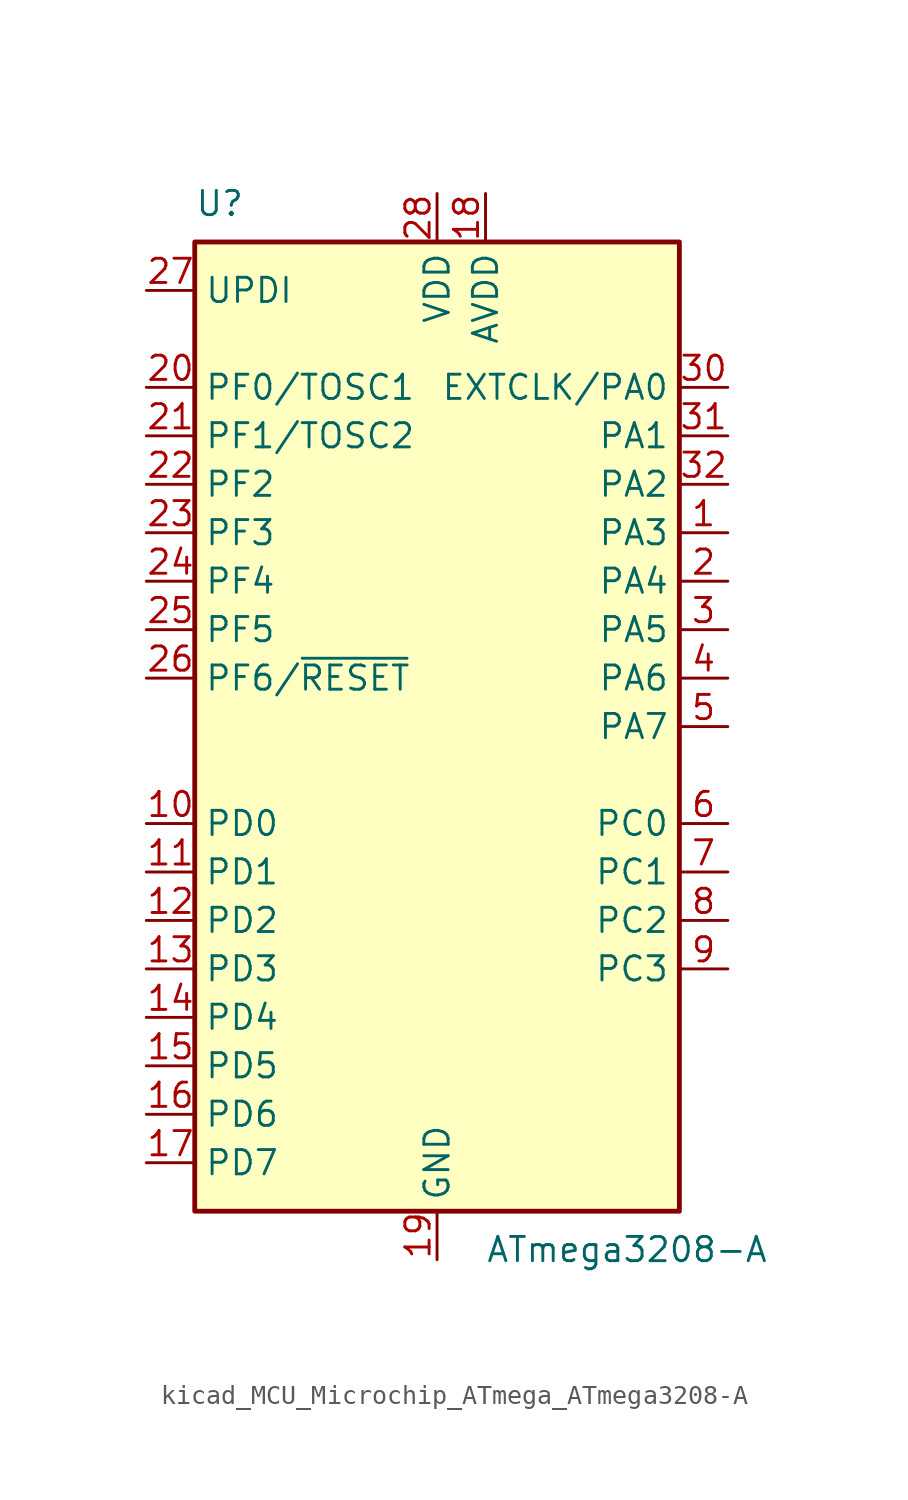
<source format=kicad_sym>
(kicad_symbol_lib
  (version 20220914)
  (generator kicad_symbol_editor)
  (symbol "kicad_MCU_Microchip_ATmega_ATmega3208-A"
    (property "Reference" "U"
      (at -12.7 26.67 0)
      (effects (font (size 1.27 1.27)) (justify left bottom)))
    (property "Value" "ATmega3208-A"
      (at 2.54 -26.67 0)
      (effects (font (size 1.27 1.27)) (justify left top)))
    (symbol "kicad_MCU_Microchip_ATmega_ATmega3208-A_0_1"
      (rectangle (start -12.7 -25.4) (end 12.7 25.4) (stroke (width 0.254) (type default)) (fill (type background))))
    (symbol "kicad_MCU_Microchip_ATmega_ATmega3208-A_1_1"
      (pin bidirectional line (at 15.24 10.16 180) (length 2.54) (name "PA3" (effects (font (size 1.27 1.27)))) (number "1" (effects (font (size 1.27 1.27)))))
      (pin bidirectional line (at -15.24 -5.08 0) (length 2.54) (name "PD0" (effects (font (size 1.27 1.27)))) (number "10" (effects (font (size 1.27 1.27)))))
      (pin bidirectional line (at -15.24 -7.62 0) (length 2.54) (name "PD1" (effects (font (size 1.27 1.27)))) (number "11" (effects (font (size 1.27 1.27)))))
      (pin bidirectional line (at -15.24 -10.16 0) (length 2.54) (name "PD2" (effects (font (size 1.27 1.27)))) (number "12" (effects (font (size 1.27 1.27)))))
      (pin bidirectional line (at -15.24 -12.7 0) (length 2.54) (name "PD3" (effects (font (size 1.27 1.27)))) (number "13" (effects (font (size 1.27 1.27)))))
      (pin bidirectional line (at -15.24 -15.24 0) (length 2.54) (name "PD4" (effects (font (size 1.27 1.27)))) (number "14" (effects (font (size 1.27 1.27)))))
      (pin bidirectional line (at -15.24 -17.78 0) (length 2.54) (name "PD5" (effects (font (size 1.27 1.27)))) (number "15" (effects (font (size 1.27 1.27)))))
      (pin bidirectional line (at -15.24 -20.32 0) (length 2.54) (name "PD6" (effects (font (size 1.27 1.27)))) (number "16" (effects (font (size 1.27 1.27)))))
      (pin bidirectional line (at -15.24 -22.86 0) (length 2.54) (name "PD7" (effects (font (size 1.27 1.27)))) (number "17" (effects (font (size 1.27 1.27)))))
      (pin power_in line (at 2.54 27.94 270) (length 2.54) (name "AVDD" (effects (font (size 1.27 1.27)))) (number "18" (effects (font (size 1.27 1.27)))))
      (pin power_in line (at 0 -27.94 90) (length 2.54) (name "GND" (effects (font (size 1.27 1.27)))) (number "19" (effects (font (size 1.27 1.27)))))
      (pin bidirectional line (at 15.24 7.62 180) (length 2.54) (name "PA4" (effects (font (size 1.27 1.27)))) (number "2" (effects (font (size 1.27 1.27)))))
      (pin bidirectional line (at -15.24 17.78 0) (length 2.54) (name "PF0/TOSC1" (effects (font (size 1.27 1.27)))) (number "20" (effects (font (size 1.27 1.27)))))
      (pin bidirectional line (at -15.24 15.24 0) (length 2.54) (name "PF1/TOSC2" (effects (font (size 1.27 1.27)))) (number "21" (effects (font (size 1.27 1.27)))))
      (pin bidirectional line (at -15.24 12.7 0) (length 2.54) (name "PF2" (effects (font (size 1.27 1.27)))) (number "22" (effects (font (size 1.27 1.27)))))
      (pin bidirectional line (at -15.24 10.16 0) (length 2.54) (name "PF3" (effects (font (size 1.27 1.27)))) (number "23" (effects (font (size 1.27 1.27)))))
      (pin bidirectional line (at -15.24 7.62 0) (length 2.54) (name "PF4" (effects (font (size 1.27 1.27)))) (number "24" (effects (font (size 1.27 1.27)))))
      (pin bidirectional line (at -15.24 5.08 0) (length 2.54) (name "PF5" (effects (font (size 1.27 1.27)))) (number "25" (effects (font (size 1.27 1.27)))))
      (pin bidirectional line (at -15.24 2.54 0) (length 2.54) (name "PF6/~{RESET}" (effects (font (size 1.27 1.27)))) (number "26" (effects (font (size 1.27 1.27)))))
      (pin bidirectional line (at -15.24 22.86 0) (length 2.54) (name "UPDI" (effects (font (size 1.27 1.27)))) (number "27" (effects (font (size 1.27 1.27)))))
      (pin power_in line (at 0 27.94 270) (length 2.54) (name "VDD" (effects (font (size 1.27 1.27)))) (number "28" (effects (font (size 1.27 1.27)))))
      (pin passive line (at 0 -27.94 90) (length 2.54) hide (name "GND" (effects (font (size 1.27 1.27)))) (number "29" (effects (font (size 1.27 1.27)))))
      (pin bidirectional line (at 15.24 5.08 180) (length 2.54) (name "PA5" (effects (font (size 1.27 1.27)))) (number "3" (effects (font (size 1.27 1.27)))))
      (pin bidirectional line (at 15.24 17.78 180) (length 2.54) (name "EXTCLK/PA0" (effects (font (size 1.27 1.27)))) (number "30" (effects (font (size 1.27 1.27)))))
      (pin bidirectional line (at 15.24 15.24 180) (length 2.54) (name "PA1" (effects (font (size 1.27 1.27)))) (number "31" (effects (font (size 1.27 1.27)))))
      (pin bidirectional line (at 15.24 12.7 180) (length 2.54) (name "PA2" (effects (font (size 1.27 1.27)))) (number "32" (effects (font (size 1.27 1.27)))))
      (pin bidirectional line (at 15.24 2.54 180) (length 2.54) (name "PA6" (effects (font (size 1.27 1.27)))) (number "4" (effects (font (size 1.27 1.27)))))
      (pin bidirectional line (at 15.24 0 180) (length 2.54) (name "PA7" (effects (font (size 1.27 1.27)))) (number "5" (effects (font (size 1.27 1.27)))))
      (pin bidirectional line (at 15.24 -5.08 180) (length 2.54) (name "PC0" (effects (font (size 1.27 1.27)))) (number "6" (effects (font (size 1.27 1.27)))))
      (pin bidirectional line (at 15.24 -7.62 180) (length 2.54) (name "PC1" (effects (font (size 1.27 1.27)))) (number "7" (effects (font (size 1.27 1.27)))))
      (pin bidirectional line (at 15.24 -10.16 180) (length 2.54) (name "PC2" (effects (font (size 1.27 1.27)))) (number "8" (effects (font (size 1.27 1.27)))))
      (pin bidirectional line (at 15.24 -12.7 180) (length 2.54) (name "PC3" (effects (font (size 1.27 1.27)))) (number "9" (effects (font (size 1.27 1.27))))))))
</source>
